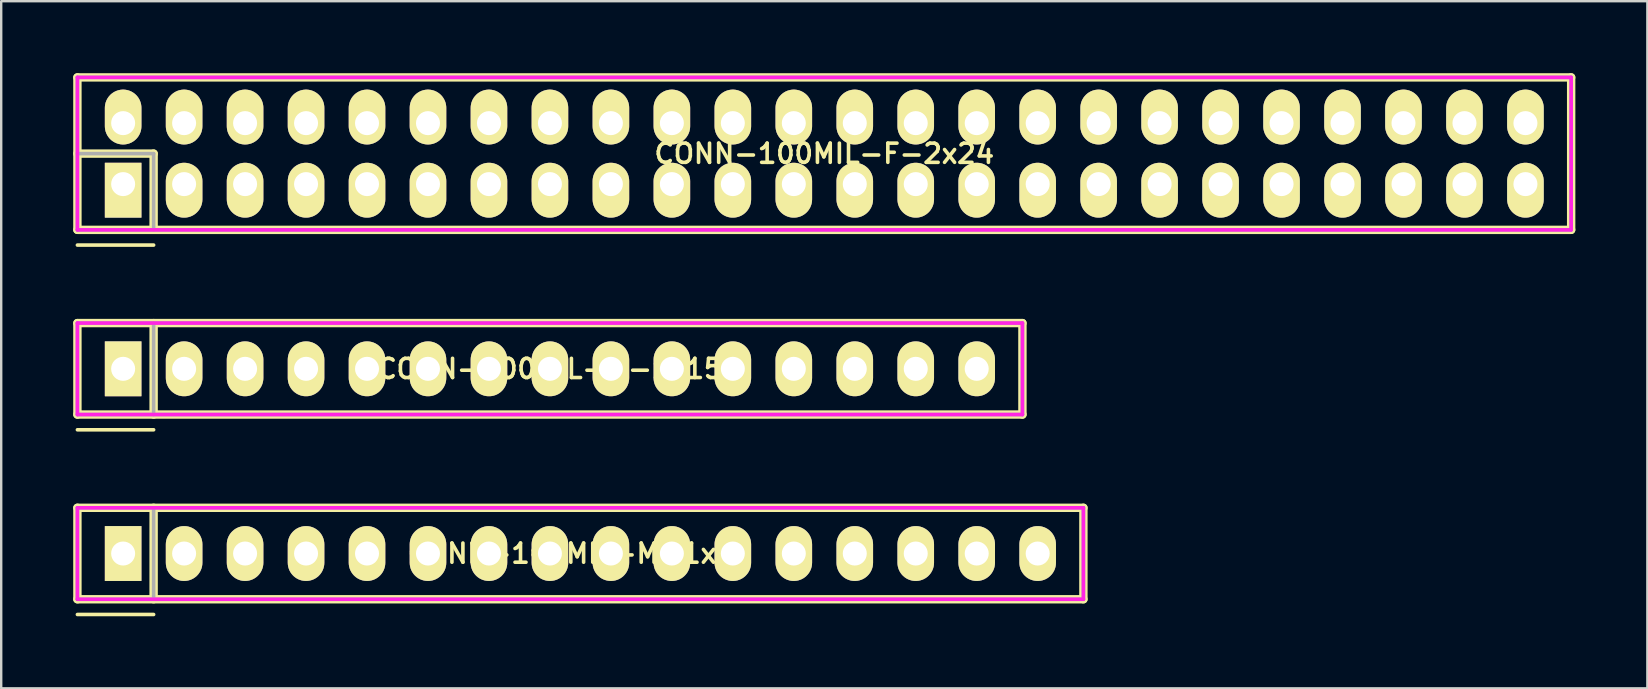
<source format=kicad_pcb>
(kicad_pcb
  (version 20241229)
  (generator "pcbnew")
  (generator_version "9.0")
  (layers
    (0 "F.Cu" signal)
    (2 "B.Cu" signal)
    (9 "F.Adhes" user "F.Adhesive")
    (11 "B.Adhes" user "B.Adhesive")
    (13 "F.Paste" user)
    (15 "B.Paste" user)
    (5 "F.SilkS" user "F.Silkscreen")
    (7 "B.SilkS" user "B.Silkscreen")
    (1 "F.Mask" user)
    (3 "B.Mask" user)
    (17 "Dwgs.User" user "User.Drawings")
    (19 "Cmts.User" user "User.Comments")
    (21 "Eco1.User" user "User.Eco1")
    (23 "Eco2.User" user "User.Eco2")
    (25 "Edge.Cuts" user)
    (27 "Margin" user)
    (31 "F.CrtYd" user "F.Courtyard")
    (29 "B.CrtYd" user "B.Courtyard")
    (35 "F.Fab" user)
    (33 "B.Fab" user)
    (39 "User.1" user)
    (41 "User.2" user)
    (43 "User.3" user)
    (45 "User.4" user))
  (footprint "CONN-100MIL-M-1x16"
    (layer "F.Cu")
    (at 21.13 20.01)
    (property "Reference" "CONN-100MIL-M-1x16" (at 0 0 0) (layer "F.SilkS") (effects (font (size 0.8 0.8) (thickness 0.15))))
    (attr through_hole)
    (fp_line (start -20.955 -1.905) (end 20.955 -1.905) (stroke (width 0.35) (type solid)) (layer "F.SilkS"))
    (fp_line (start -20.955 1.905) (end -20.955 -1.905) (stroke (width 0.35) (type solid)) (layer "F.SilkS"))
    (fp_line (start -20.955 2.54) (end -17.78 2.54) (stroke (width 0.15) (type solid)) (layer "F.SilkS"))
    (fp_line (start -17.78 -1.905) (end -17.78 1.905) (stroke (width 0.35) (type solid)) (layer "F.SilkS"))
    (fp_line (start 20.955 -1.905) (end 20.955 1.905) (stroke (width 0.35) (type solid)) (layer "F.SilkS"))
    (fp_line (start 20.955 1.905) (end -20.955 1.905) (stroke (width 0.35) (type solid)) (layer "F.SilkS"))
    (fp_line (start -20.955 -1.905) (end 20.955 -1.905) (stroke (width 0.15) (type solid)) (layer "F.CrtYd"))
    (fp_line (start -20.955 1.905) (end -20.955 -1.905) (stroke (width 0.15) (type solid)) (layer "F.CrtYd"))
    (fp_line (start 20.955 -1.905) (end 20.955 1.905) (stroke (width 0.15) (type solid)) (layer "F.CrtYd"))
    (fp_line (start 20.955 1.905) (end -20.955 1.905) (stroke (width 0.15) (type solid)) (layer "F.CrtYd"))
    (fp_line (start -20.955 -1.905) (end 20.955 -1.905) (stroke (width 0.15) (type solid)) (layer "F.Fab"))
    (fp_line (start -20.955 1.905) (end -20.955 -1.905) (stroke (width 0.15) (type solid)) (layer "F.Fab"))
    (fp_line (start -17.78 -1.905) (end -17.78 1.905) (stroke (width 0.15) (type solid)) (layer "F.Fab"))
    (fp_line (start 20.955 -1.905) (end 20.955 1.905) (stroke (width 0.15) (type solid)) (layer "F.Fab"))
    (fp_line (start 20.955 1.905) (end -20.955 1.905) (stroke (width 0.15) (type solid)) (layer "F.Fab"))
    (pad "1" thru_hole rect (at -19.05 0) (size 1.524 2.286) (drill 1) (layers "*.Cu" "*.Mask" "F.SilkS"))
    (pad "2" thru_hole oval (at -16.51 0) (size 1.524 2.286) (drill 1) (layers "*.Cu" "*.Mask" "F.SilkS"))
    (pad "3" thru_hole oval (at -13.97 0) (size 1.524 2.286) (drill 1) (layers "*.Cu" "*.Mask" "F.SilkS"))
    (pad "4" thru_hole oval (at -11.43 0) (size 1.524 2.286) (drill 1) (layers "*.Cu" "*.Mask" "F.SilkS"))
    (pad "5" thru_hole oval (at -8.89 0) (size 1.524 2.286) (drill 1) (layers "*.Cu" "*.Mask" "F.SilkS"))
    (pad "6" thru_hole oval (at -6.35 0) (size 1.524 2.286) (drill 1) (layers "*.Cu" "*.Mask" "F.SilkS"))
    (pad "7" thru_hole oval (at -3.81 0) (size 1.524 2.286) (drill 1) (layers "*.Cu" "*.Mask" "F.SilkS"))
    (pad "8" thru_hole oval (at -1.27 0) (size 1.524 2.286) (drill 1) (layers "*.Cu" "*.Mask" "F.SilkS"))
    (pad "9" thru_hole oval (at 1.27 0) (size 1.524 2.286) (drill 1) (layers "*.Cu" "*.Mask" "F.SilkS"))
    (pad "10" thru_hole oval (at 3.81 0) (size 1.524 2.286) (drill 1) (layers "*.Cu" "*.Mask" "F.SilkS"))
    (pad "11" thru_hole oval (at 6.35 0) (size 1.524 2.286) (drill 1) (layers "*.Cu" "*.Mask" "F.SilkS"))
    (pad "12" thru_hole oval (at 8.89 0) (size 1.524 2.286) (drill 1) (layers "*.Cu" "*.Mask" "F.SilkS"))
    (pad "13" thru_hole oval (at 11.43 0) (size 1.524 2.286) (drill 1) (layers "*.Cu" "*.Mask" "F.SilkS"))
    (pad "14" thru_hole oval (at 13.97 0) (size 1.524 2.286) (drill 1) (layers "*.Cu" "*.Mask" "F.SilkS"))
    (pad "15" thru_hole oval (at 16.51 0) (size 1.524 2.286) (drill 1) (layers "*.Cu" "*.Mask" "F.SilkS"))
    (pad "16" thru_hole oval (at 19.05 0) (size 1.524 2.286) (drill 1) (layers "*.Cu" "*.Mask" "F.SilkS")))
  (footprint "CONN-100MIL-F-2x24"
    (layer "F.Cu")
    (at 31.29 3.35)
    (property "Reference" "CONN-100MIL-F-2x24" (at 0 0 0) (layer "F.SilkS") (effects (font (size 0.8 0.8) (thickness 0.15))))
    (attr through_hole)
    (fp_line (start -31.115 -3.175) (end 31.115 -3.175) (stroke (width 0.35) (type solid)) (layer "F.SilkS"))
    (fp_line (start -31.115 0) (end -27.94 0) (stroke (width 0.35) (type solid)) (layer "F.SilkS"))
    (fp_line (start -31.115 3.175) (end -31.115 -3.175) (stroke (width 0.35) (type solid)) (layer "F.SilkS"))
    (fp_line (start -31.115 3.81) (end -27.94 3.81) (stroke (width 0.15) (type solid)) (layer "F.SilkS"))
    (fp_line (start -27.94 0) (end -27.94 3.175) (stroke (width 0.35) (type solid)) (layer "F.SilkS"))
    (fp_line (start 31.115 -3.175) (end 31.115 3.175) (stroke (width 0.35) (type solid)) (layer "F.SilkS"))
    (fp_line (start 31.115 3.175) (end -31.115 3.175) (stroke (width 0.35) (type solid)) (layer "F.SilkS"))
    (fp_line (start -31.115 -3.175) (end 31.115 -3.175) (stroke (width 0.15) (type solid)) (layer "F.CrtYd"))
    (fp_line (start -31.115 3.175) (end -31.115 -3.175) (stroke (width 0.15) (type solid)) (layer "F.CrtYd"))
    (fp_line (start 31.115 -3.175) (end 31.115 3.175) (stroke (width 0.15) (type solid)) (layer "F.CrtYd"))
    (fp_line (start 31.115 3.175) (end -31.115 3.175) (stroke (width 0.15) (type solid)) (layer "F.CrtYd"))
    (fp_line (start -31.115 -3.175) (end 31.115 -3.175) (stroke (width 0.15) (type solid)) (layer "F.Fab"))
    (fp_line (start -31.115 0) (end -27.94 0) (stroke (width 0.15) (type solid)) (layer "F.Fab"))
    (fp_line (start -31.115 3.175) (end -31.115 -3.175) (stroke (width 0.15) (type solid)) (layer "F.Fab"))
    (fp_line (start -27.94 0) (end -27.94 3.175) (stroke (width 0.15) (type solid)) (layer "F.Fab"))
    (fp_line (start 31.115 -3.175) (end 31.115 3.175) (stroke (width 0.15) (type solid)) (layer "F.Fab"))
    (fp_line (start 31.115 3.175) (end -31.115 3.175) (stroke (width 0.15) (type solid)) (layer "F.Fab"))
    (pad "1" thru_hole rect (at -29.21 1.27) (size 1.524 2.286) (drill 1 (offset 0 0.254)) (layers "*.Cu" "*.Mask" "F.SilkS"))
    (pad "2" thru_hole oval (at -29.21 -1.27) (size 1.524 2.286) (drill 1 (offset 0 -0.254)) (layers "*.Cu" "*.Mask" "F.SilkS"))
    (pad "3" thru_hole oval (at -26.67 1.27) (size 1.524 2.286) (drill 1 (offset 0 0.254)) (layers "*.Cu" "*.Mask" "F.SilkS"))
    (pad "4" thru_hole oval (at -26.67 -1.27) (size 1.524 2.286) (drill 1 (offset 0 -0.254)) (layers "*.Cu" "*.Mask" "F.SilkS"))
    (pad "5" thru_hole oval (at -24.13 1.27) (size 1.524 2.286) (drill 1 (offset 0 0.254)) (layers "*.Cu" "*.Mask" "F.SilkS"))
    (pad "6" thru_hole oval (at -24.13 -1.27) (size 1.524 2.286) (drill 1 (offset 0 -0.254)) (layers "*.Cu" "*.Mask" "F.SilkS"))
    (pad "7" thru_hole oval (at -21.59 1.27) (size 1.524 2.286) (drill 1 (offset 0 0.254)) (layers "*.Cu" "*.Mask" "F.SilkS"))
    (pad "8" thru_hole oval (at -21.59 -1.27) (size 1.524 2.286) (drill 1 (offset 0 -0.254)) (layers "*.Cu" "*.Mask" "F.SilkS"))
    (pad "9" thru_hole oval (at -19.05 1.27) (size 1.524 2.286) (drill 1 (offset 0 0.254)) (layers "*.Cu" "*.Mask" "F.SilkS"))
    (pad "10" thru_hole oval (at -19.05 -1.27) (size 1.524 2.286) (drill 1 (offset 0 -0.254)) (layers "*.Cu" "*.Mask" "F.SilkS"))
    (pad "11" thru_hole oval (at -16.51 1.27) (size 1.524 2.286) (drill 1 (offset 0 0.254)) (layers "*.Cu" "*.Mask" "F.SilkS"))
    (pad "12" thru_hole oval (at -16.51 -1.27) (size 1.524 2.286) (drill 1 (offset 0 -0.254)) (layers "*.Cu" "*.Mask" "F.SilkS"))
    (pad "13" thru_hole oval (at -13.97 1.27) (size 1.524 2.286) (drill 1 (offset 0 0.254)) (layers "*.Cu" "*.Mask" "F.SilkS"))
    (pad "14" thru_hole oval (at -13.97 -1.27) (size 1.524 2.286) (drill 1 (offset 0 -0.254)) (layers "*.Cu" "*.Mask" "F.SilkS"))
    (pad "15" thru_hole oval (at -11.43 1.27) (size 1.524 2.286) (drill 1 (offset 0 0.254)) (layers "*.Cu" "*.Mask" "F.SilkS"))
    (pad "16" thru_hole oval (at -11.43 -1.27) (size 1.524 2.286) (drill 1 (offset 0 -0.254)) (layers "*.Cu" "*.Mask" "F.SilkS"))
    (pad "17" thru_hole oval (at -8.89 1.27) (size 1.524 2.286) (drill 1 (offset 0 0.254)) (layers "*.Cu" "*.Mask" "F.SilkS"))
    (pad "18" thru_hole oval (at -8.89 -1.27) (size 1.524 2.286) (drill 1 (offset 0 -0.254)) (layers "*.Cu" "*.Mask" "F.SilkS"))
    (pad "19" thru_hole oval (at -6.35 1.27) (size 1.524 2.286) (drill 1 (offset 0 0.254)) (layers "*.Cu" "*.Mask" "F.SilkS"))
    (pad "20" thru_hole oval (at -6.35 -1.27) (size 1.524 2.286) (drill 1 (offset 0 -0.254)) (layers "*.Cu" "*.Mask" "F.SilkS"))
    (pad "21" thru_hole oval (at -3.81 1.27) (size 1.524 2.286) (drill 1 (offset 0 0.254)) (layers "*.Cu" "*.Mask" "F.SilkS"))
    (pad "22" thru_hole oval (at -3.81 -1.27) (size 1.524 2.286) (drill 1 (offset 0 -0.254)) (layers "*.Cu" "*.Mask" "F.SilkS"))
    (pad "23" thru_hole oval (at -1.27 1.27) (size 1.524 2.286) (drill 1 (offset 0 0.254)) (layers "*.Cu" "*.Mask" "F.SilkS"))
    (pad "24" thru_hole oval (at -1.27 -1.27) (size 1.524 2.286) (drill 1 (offset 0 -0.254)) (layers "*.Cu" "*.Mask" "F.SilkS"))
    (pad "25" thru_hole oval (at 1.27 1.27) (size 1.524 2.286) (drill 1 (offset 0 0.254)) (layers "*.Cu" "*.Mask" "F.SilkS"))
    (pad "26" thru_hole oval (at 1.27 -1.27) (size 1.524 2.286) (drill 1 (offset 0 -0.254)) (layers "*.Cu" "*.Mask" "F.SilkS"))
    (pad "27" thru_hole oval (at 3.81 1.27) (size 1.524 2.286) (drill 1 (offset 0 0.254)) (layers "*.Cu" "*.Mask" "F.SilkS"))
    (pad "28" thru_hole oval (at 3.81 -1.27) (size 1.524 2.286) (drill 1 (offset 0 -0.254)) (layers "*.Cu" "*.Mask" "F.SilkS"))
    (pad "29" thru_hole oval (at 6.35 1.27) (size 1.524 2.286) (drill 1 (offset 0 0.254)) (layers "*.Cu" "*.Mask" "F.SilkS"))
    (pad "30" thru_hole oval (at 6.35 -1.27) (size 1.524 2.286) (drill 1 (offset 0 -0.254)) (layers "*.Cu" "*.Mask" "F.SilkS"))
    (pad "31" thru_hole oval (at 8.89 1.27) (size 1.524 2.286) (drill 1 (offset 0 0.254)) (layers "*.Cu" "*.Mask" "F.SilkS"))
    (pad "32" thru_hole oval (at 8.89 -1.27) (size 1.524 2.286) (drill 1 (offset 0 -0.254)) (layers "*.Cu" "*.Mask" "F.SilkS"))
    (pad "33" thru_hole oval (at 11.43 1.27) (size 1.524 2.286) (drill 1 (offset 0 0.254)) (layers "*.Cu" "*.Mask" "F.SilkS"))
    (pad "34" thru_hole oval (at 11.43 -1.27) (size 1.524 2.286) (drill 1 (offset 0 -0.254)) (layers "*.Cu" "*.Mask" "F.SilkS"))
    (pad "35" thru_hole oval (at 13.97 1.27) (size 1.524 2.286) (drill 1 (offset 0 0.254)) (layers "*.Cu" "*.Mask" "F.SilkS"))
    (pad "36" thru_hole oval (at 13.97 -1.27) (size 1.524 2.286) (drill 1 (offset 0 -0.254)) (layers "*.Cu" "*.Mask" "F.SilkS"))
    (pad "37" thru_hole oval (at 16.51 1.27) (size 1.524 2.286) (drill 1 (offset 0 0.254)) (layers "*.Cu" "*.Mask" "F.SilkS"))
    (pad "38" thru_hole oval (at 16.51 -1.27) (size 1.524 2.286) (drill 1 (offset 0 -0.254)) (layers "*.Cu" "*.Mask" "F.SilkS"))
    (pad "39" thru_hole oval (at 19.05 1.27) (size 1.524 2.286) (drill 1 (offset 0 0.254)) (layers "*.Cu" "*.Mask" "F.SilkS"))
    (pad "40" thru_hole oval (at 19.05 -1.27) (size 1.524 2.286) (drill 1 (offset 0 -0.254)) (layers "*.Cu" "*.Mask" "F.SilkS"))
    (pad "41" thru_hole oval (at 21.59 1.27) (size 1.524 2.286) (drill 1 (offset 0 0.254)) (layers "*.Cu" "*.Mask" "F.SilkS"))
    (pad "42" thru_hole oval (at 21.59 -1.27) (size 1.524 2.286) (drill 1 (offset 0 -0.254)) (layers "*.Cu" "*.Mask" "F.SilkS"))
    (pad "43" thru_hole oval (at 24.13 1.27) (size 1.524 2.286) (drill 1 (offset 0 0.254)) (layers "*.Cu" "*.Mask" "F.SilkS"))
    (pad "44" thru_hole oval (at 24.13 -1.27) (size 1.524 2.286) (drill 1 (offset 0 -0.254)) (layers "*.Cu" "*.Mask" "F.SilkS"))
    (pad "45" thru_hole oval (at 26.67 1.27) (size 1.524 2.286) (drill 1 (offset 0 0.254)) (layers "*.Cu" "*.Mask" "F.SilkS"))
    (pad "46" thru_hole oval (at 26.67 -1.27) (size 1.524 2.286) (drill 1 (offset 0 -0.254)) (layers "*.Cu" "*.Mask" "F.SilkS"))
    (pad "47" thru_hole oval (at 29.21 1.27) (size 1.524 2.286) (drill 1 (offset 0 0.254)) (layers "*.Cu" "*.Mask" "F.SilkS"))
    (pad "48" thru_hole oval (at 29.21 -1.27) (size 1.524 2.286) (drill 1 (offset 0 -0.254)) (layers "*.Cu" "*.Mask" "F.SilkS")))
  (footprint "CONN-100MIL-M-1x15"
    (layer "F.Cu")
    (at 19.86 12.315)
    (property "Reference" "CONN-100MIL-M-1x15" (at 0 0 0) (layer "F.SilkS") (effects (font (size 0.8 0.8) (thickness 0.15))))
    (attr through_hole)
    (fp_line (start -19.685 -1.905) (end 19.685 -1.905) (stroke (width 0.35) (type solid)) (layer "F.SilkS"))
    (fp_line (start -19.685 1.905) (end -19.685 -1.905) (stroke (width 0.35) (type solid)) (layer "F.SilkS"))
    (fp_line (start -19.685 2.54) (end -16.51 2.54) (stroke (width 0.15) (type solid)) (layer "F.SilkS"))
    (fp_line (start -16.51 -1.905) (end -16.51 1.905) (stroke (width 0.35) (type solid)) (layer "F.SilkS"))
    (fp_line (start 19.685 -1.905) (end 19.685 1.905) (stroke (width 0.35) (type solid)) (layer "F.SilkS"))
    (fp_line (start 19.685 1.905) (end -19.685 1.905) (stroke (width 0.35) (type solid)) (layer "F.SilkS"))
    (fp_line (start -19.685 -1.905) (end 19.685 -1.905) (stroke (width 0.15) (type solid)) (layer "F.CrtYd"))
    (fp_line (start -19.685 1.905) (end -19.685 -1.905) (stroke (width 0.15) (type solid)) (layer "F.CrtYd"))
    (fp_line (start 19.685 -1.905) (end 19.685 1.905) (stroke (width 0.15) (type solid)) (layer "F.CrtYd"))
    (fp_line (start 19.685 1.905) (end -19.685 1.905) (stroke (width 0.15) (type solid)) (layer "F.CrtYd"))
    (fp_line (start -19.685 -1.905) (end 19.685 -1.905) (stroke (width 0.15) (type solid)) (layer "F.Fab"))
    (fp_line (start -19.685 1.905) (end -19.685 -1.905) (stroke (width 0.15) (type solid)) (layer "F.Fab"))
    (fp_line (start -16.51 -1.905) (end -16.51 1.905) (stroke (width 0.15) (type solid)) (layer "F.Fab"))
    (fp_line (start 19.685 -1.905) (end 19.685 1.905) (stroke (width 0.15) (type solid)) (layer "F.Fab"))
    (fp_line (start 19.685 1.905) (end -19.685 1.905) (stroke (width 0.15) (type solid)) (layer "F.Fab"))
    (pad "1" thru_hole rect (at -17.78 0) (size 1.524 2.286) (drill 1) (layers "*.Cu" "*.Mask" "F.SilkS"))
    (pad "2" thru_hole oval (at -15.24 0) (size 1.524 2.286) (drill 1) (layers "*.Cu" "*.Mask" "F.SilkS"))
    (pad "3" thru_hole oval (at -12.7 0) (size 1.524 2.286) (drill 1) (layers "*.Cu" "*.Mask" "F.SilkS"))
    (pad "4" thru_hole oval (at -10.16 0) (size 1.524 2.286) (drill 1) (layers "*.Cu" "*.Mask" "F.SilkS"))
    (pad "5" thru_hole oval (at -7.62 0) (size 1.524 2.286) (drill 1) (layers "*.Cu" "*.Mask" "F.SilkS"))
    (pad "6" thru_hole oval (at -5.08 0) (size 1.524 2.286) (drill 1) (layers "*.Cu" "*.Mask" "F.SilkS"))
    (pad "7" thru_hole oval (at -2.54 0) (size 1.524 2.286) (drill 1) (layers "*.Cu" "*.Mask" "F.SilkS"))
    (pad "8" thru_hole oval (at 0 0) (size 1.524 2.286) (drill 1) (layers "*.Cu" "*.Mask" "F.SilkS"))
    (pad "9" thru_hole oval (at 2.54 0) (size 1.524 2.286) (drill 1) (layers "*.Cu" "*.Mask" "F.SilkS"))
    (pad "10" thru_hole oval (at 5.08 0) (size 1.524 2.286) (drill 1) (layers "*.Cu" "*.Mask" "F.SilkS"))
    (pad "11" thru_hole oval (at 7.62 0) (size 1.524 2.286) (drill 1) (layers "*.Cu" "*.Mask" "F.SilkS"))
    (pad "12" thru_hole oval (at 10.16 0) (size 1.524 2.286) (drill 1) (layers "*.Cu" "*.Mask" "F.SilkS"))
    (pad "13" thru_hole oval (at 12.7 0) (size 1.524 2.286) (drill 1) (layers "*.Cu" "*.Mask" "F.SilkS"))
    (pad "14" thru_hole oval (at 15.24 0) (size 1.524 2.286) (drill 1) (layers "*.Cu" "*.Mask" "F.SilkS"))
    (pad "15" thru_hole oval (at 17.78 0) (size 1.524 2.286) (drill 1) (layers "*.Cu" "*.Mask" "F.SilkS")))
  (gr_rect
    (start -3 -3)
    (end 65.58 25.625)
    (stroke (width 0.1) (type default))
    (fill no)
    (layer "Edge.Cuts")))
</source>
